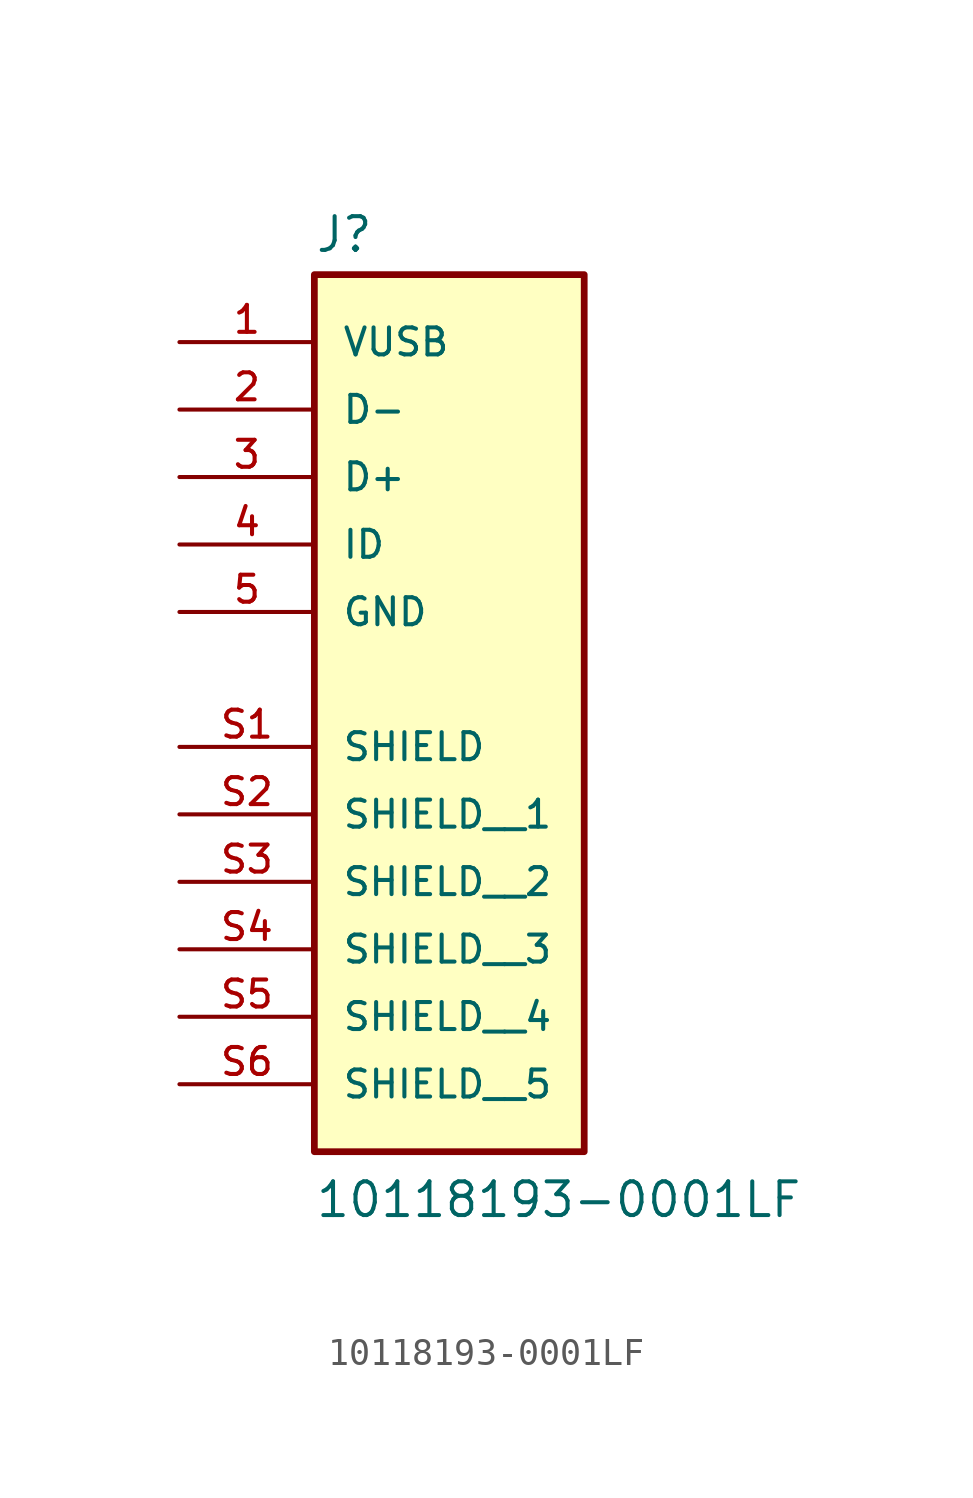
<source format=kicad_sym>
(kicad_symbol_lib
  (version 20211014)
  (generator kicad_symbol_editor)
  (symbol "10118193-0001LF"
    (pin_names
      (offset 1.016))
    (property "Reference" "J"
      (at -5.082 10.929 0)
      (effects (font (size 1.27 1.27)) (justify bottom left)))
    (property "Value" "10118193-0001LF"
      (at -5.082 -25.41 0)
      (effects (font (size 1.27 1.27)) (justify bottom left)))
    (symbol "10118193-0001LF_0_0"
      (rectangle (start -5.08 -22.86) (end 5.08 10.16) (stroke (width 0.254)) (fill (type background)))
      (pin passive line (at -10.16 7.62 0) (length 5.08) (name "VUSB" (effects (font (size 1.016 1.016)))) (number "1" (effects (font (size 1.016 1.016)))))
      (pin passive line (at -10.16 5.08 0) (length 5.08) (name "D-" (effects (font (size 1.016 1.016)))) (number "2" (effects (font (size 1.016 1.016)))))
      (pin passive line (at -10.16 2.54 0) (length 5.08) (name "D+" (effects (font (size 1.016 1.016)))) (number "3" (effects (font (size 1.016 1.016)))))
      (pin passive line (at -10.16 0.0 0) (length 5.08) (name "ID" (effects (font (size 1.016 1.016)))) (number "4" (effects (font (size 1.016 1.016)))))
      (pin passive line (at -10.16 -2.54 0) (length 5.08) (name "GND" (effects (font (size 1.016 1.016)))) (number "5" (effects (font (size 1.016 1.016)))))
      (pin passive line (at -10.16 -7.62 0) (length 5.08) (name "SHIELD" (effects (font (size 1.016 1.016)))) (number "S1" (effects (font (size 1.016 1.016)))))
      (pin passive line (at -10.16 -10.16 0) (length 5.08) (name "SHIELD__1" (effects (font (size 1.016 1.016)))) (number "S2" (effects (font (size 1.016 1.016)))))
      (pin passive line (at -10.16 -12.7 0) (length 5.08) (name "SHIELD__2" (effects (font (size 1.016 1.016)))) (number "S3" (effects (font (size 1.016 1.016)))))
      (pin passive line (at -10.16 -15.24 0) (length 5.08) (name "SHIELD__3" (effects (font (size 1.016 1.016)))) (number "S4" (effects (font (size 1.016 1.016)))))
      (pin passive line (at -10.16 -17.78 0) (length 5.08) (name "SHIELD__4" (effects (font (size 1.016 1.016)))) (number "S5" (effects (font (size 1.016 1.016)))))
      (pin passive line (at -10.16 -20.32 0) (length 5.08) (name "SHIELD__5" (effects (font (size 1.016 1.016)))) (number "S6" (effects (font (size 1.016 1.016))))))))
</source>
